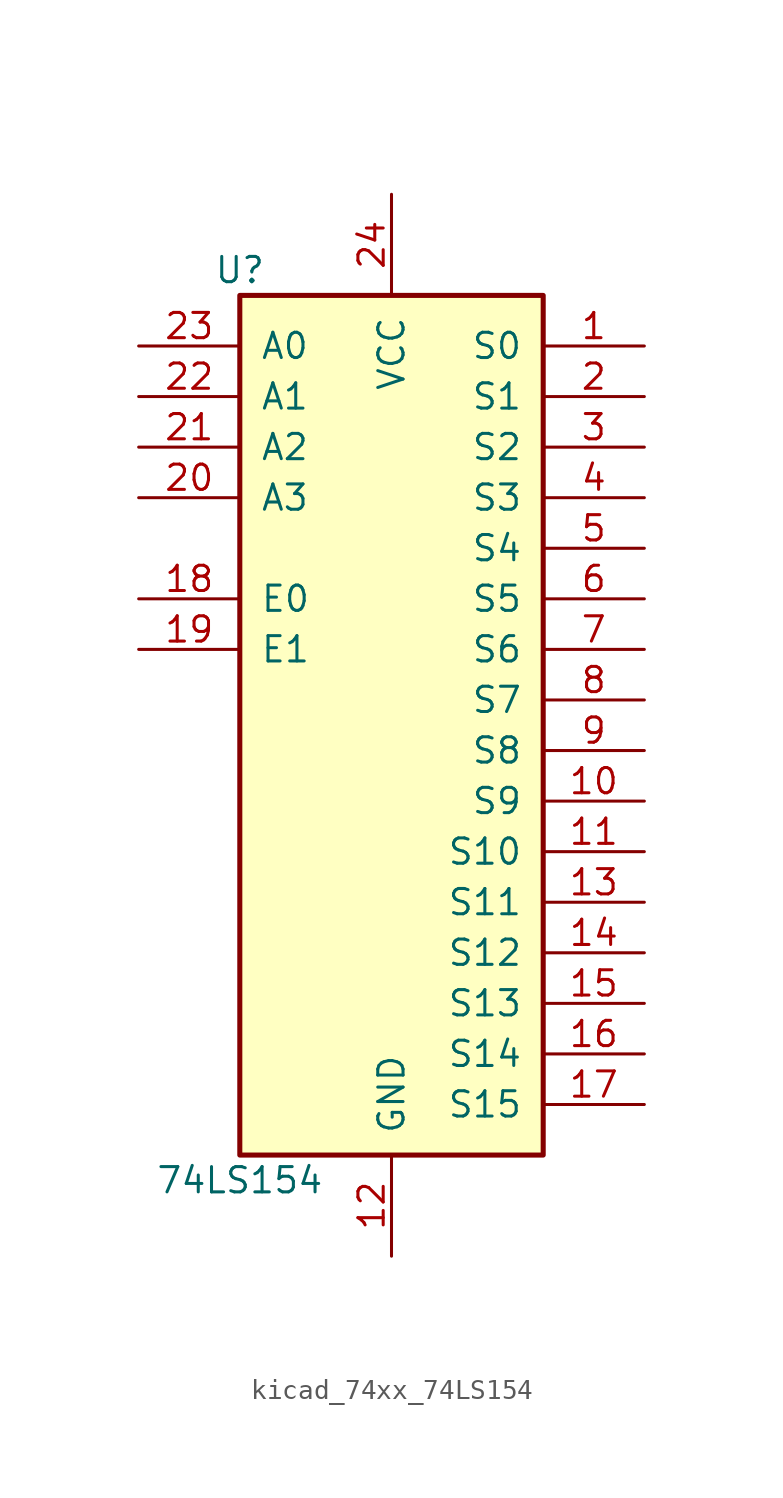
<source format=kicad_sym>
(kicad_symbol_lib
  (version 20220914)
  (generator kicad_symbol_editor)
  (symbol "kicad_74xx_74LS154"
    (pin_names
      (offset 1.016))
    (property "Reference" "U"
      (at -7.62 21.59 0)
      (effects (font (size 1.27 1.27))))
    (property "Value" "74LS154"
      (at -7.62 -24.13 0)
      (effects (font (size 1.27 1.27))))
    (property "ki_locked" ""
      (at 0 0 0)
      (effects (font (size 1.27 1.27))))
    (symbol "kicad_74xx_74LS154_1_0"
      (pin output line (at 12.7 17.78 180) (length 5.08) (name "S0" (effects (font (size 1.27 1.27)))) (number "1" (effects (font (size 1.27 1.27)))))
      (pin output line (at 12.7 -5.08 180) (length 5.08) (name "S9" (effects (font (size 1.27 1.27)))) (number "10" (effects (font (size 1.27 1.27)))))
      (pin output line (at 12.7 -7.62 180) (length 5.08) (name "S10" (effects (font (size 1.27 1.27)))) (number "11" (effects (font (size 1.27 1.27)))))
      (pin power_in line (at 0 -27.94 90) (length 5.08) (name "GND" (effects (font (size 1.27 1.27)))) (number "12" (effects (font (size 1.27 1.27)))))
      (pin output line (at 12.7 -10.16 180) (length 5.08) (name "S11" (effects (font (size 1.27 1.27)))) (number "13" (effects (font (size 1.27 1.27)))))
      (pin output line (at 12.7 -12.7 180) (length 5.08) (name "S12" (effects (font (size 1.27 1.27)))) (number "14" (effects (font (size 1.27 1.27)))))
      (pin output line (at 12.7 -15.24 180) (length 5.08) (name "S13" (effects (font (size 1.27 1.27)))) (number "15" (effects (font (size 1.27 1.27)))))
      (pin output line (at 12.7 -17.78 180) (length 5.08) (name "S14" (effects (font (size 1.27 1.27)))) (number "16" (effects (font (size 1.27 1.27)))))
      (pin output line (at 12.7 -20.32 180) (length 5.08) (name "S15" (effects (font (size 1.27 1.27)))) (number "17" (effects (font (size 1.27 1.27)))))
      (pin input line (at -12.7 5.08 0) (length 5.08) (name "E0" (effects (font (size 1.27 1.27)))) (number "18" (effects (font (size 1.27 1.27)))))
      (pin input line (at -12.7 2.54 0) (length 5.08) (name "E1" (effects (font (size 1.27 1.27)))) (number "19" (effects (font (size 1.27 1.27)))))
      (pin output line (at 12.7 15.24 180) (length 5.08) (name "S1" (effects (font (size 1.27 1.27)))) (number "2" (effects (font (size 1.27 1.27)))))
      (pin input line (at -12.7 10.16 0) (length 5.08) (name "A3" (effects (font (size 1.27 1.27)))) (number "20" (effects (font (size 1.27 1.27)))))
      (pin input line (at -12.7 12.7 0) (length 5.08) (name "A2" (effects (font (size 1.27 1.27)))) (number "21" (effects (font (size 1.27 1.27)))))
      (pin input line (at -12.7 15.24 0) (length 5.08) (name "A1" (effects (font (size 1.27 1.27)))) (number "22" (effects (font (size 1.27 1.27)))))
      (pin input line (at -12.7 17.78 0) (length 5.08) (name "A0" (effects (font (size 1.27 1.27)))) (number "23" (effects (font (size 1.27 1.27)))))
      (pin power_in line (at 0 25.4 270) (length 5.08) (name "VCC" (effects (font (size 1.27 1.27)))) (number "24" (effects (font (size 1.27 1.27)))))
      (pin output line (at 12.7 12.7 180) (length 5.08) (name "S2" (effects (font (size 1.27 1.27)))) (number "3" (effects (font (size 1.27 1.27)))))
      (pin output line (at 12.7 10.16 180) (length 5.08) (name "S3" (effects (font (size 1.27 1.27)))) (number "4" (effects (font (size 1.27 1.27)))))
      (pin output line (at 12.7 7.62 180) (length 5.08) (name "S4" (effects (font (size 1.27 1.27)))) (number "5" (effects (font (size 1.27 1.27)))))
      (pin output line (at 12.7 5.08 180) (length 5.08) (name "S5" (effects (font (size 1.27 1.27)))) (number "6" (effects (font (size 1.27 1.27)))))
      (pin output line (at 12.7 2.54 180) (length 5.08) (name "S6" (effects (font (size 1.27 1.27)))) (number "7" (effects (font (size 1.27 1.27)))))
      (pin output line (at 12.7 0 180) (length 5.08) (name "S7" (effects (font (size 1.27 1.27)))) (number "8" (effects (font (size 1.27 1.27)))))
      (pin output line (at 12.7 -2.54 180) (length 5.08) (name "S8" (effects (font (size 1.27 1.27)))) (number "9" (effects (font (size 1.27 1.27))))))
    (symbol "kicad_74xx_74LS154_1_1"
      (rectangle (start -7.62 20.32) (end 7.62 -22.86) (stroke (width 0.254) (type default)) (fill (type background))))))
</source>
